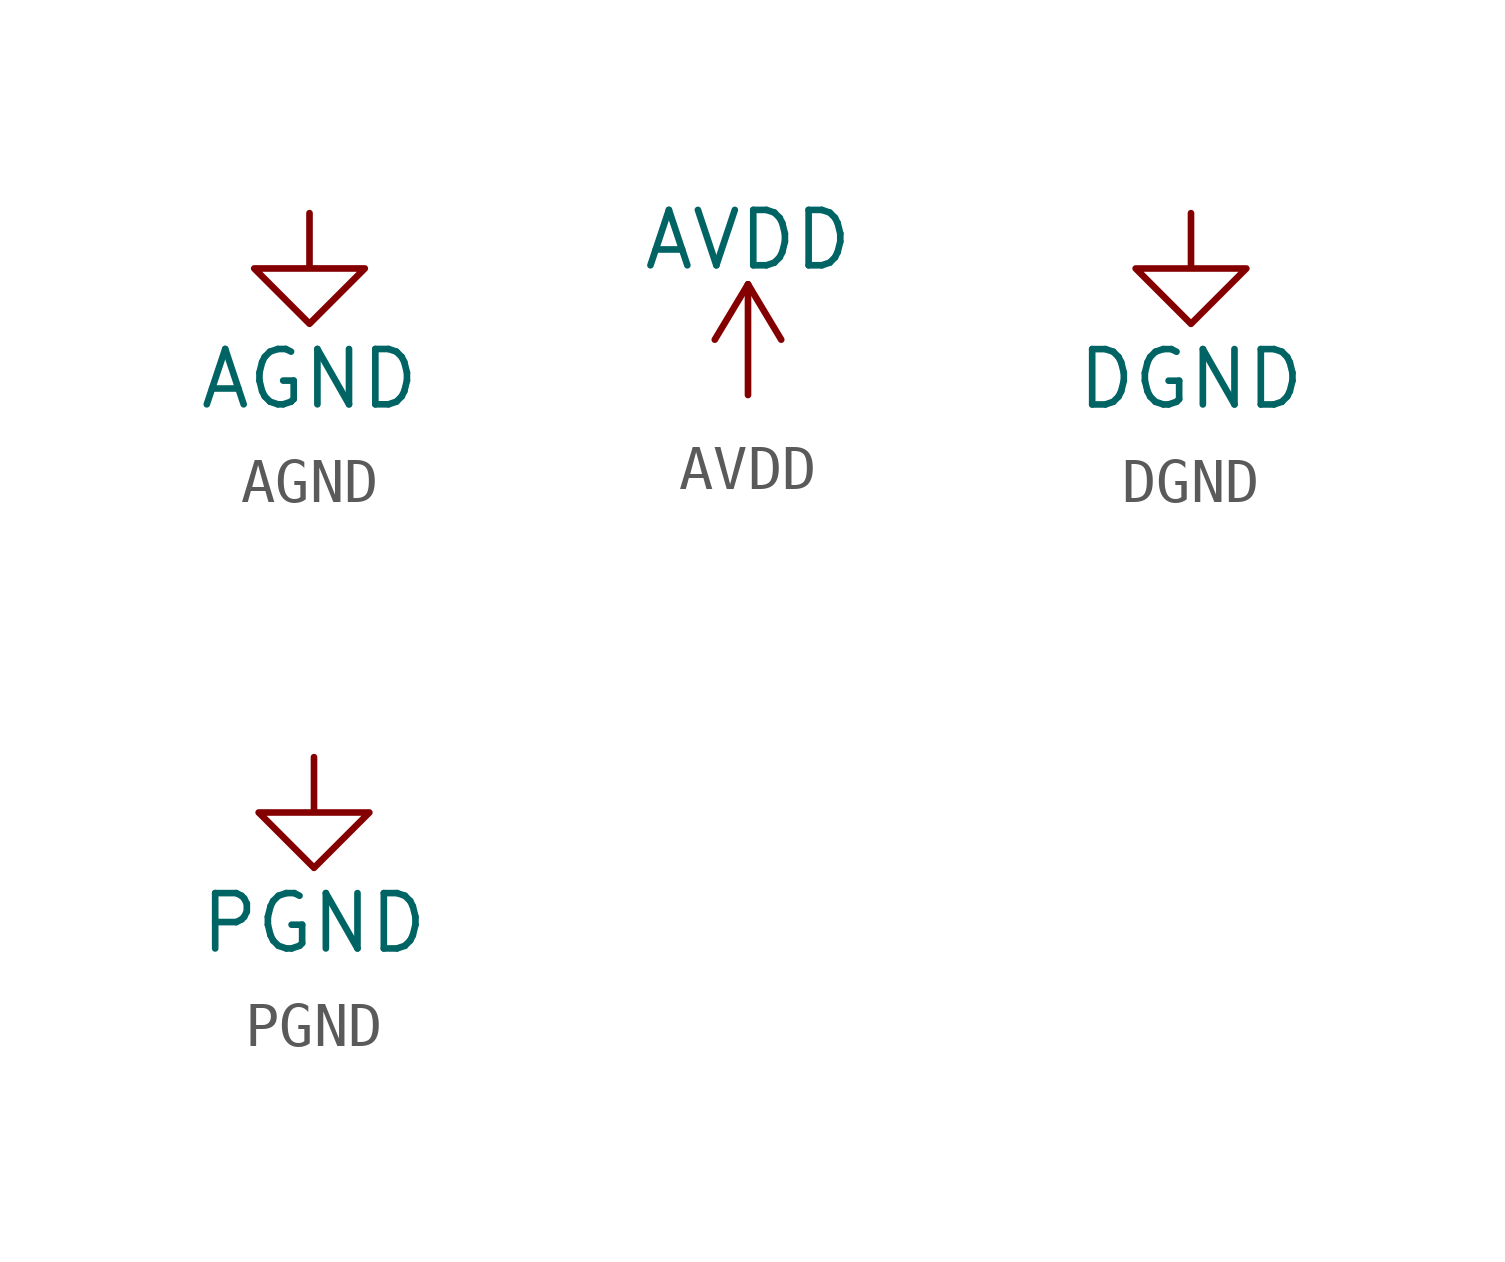
<source format=kicad_sym>
(kicad_symbol_lib
  (version 20211014)
  (generator kicad_symbol_editor)
  (symbol "AGND"
    (power)
    (pin_names
      (offset 0))
    (property "Reference" "#PWR"
      (at 0 -6.35 0)
      (effects (font (size 1.27 1.27)) hide))
    (property "Value" "AGND"
      (at 0 -3.81 0)
      (effects (font (size 1.27 1.27))))
    (symbol "AGND_0_1"
      (polyline (pts (xy 0 0) (xy 0 -1.27) (xy 1.27 -1.27) (xy 0 -2.54) (xy -1.27 -1.27) (xy 0 -1.27)) (stroke (width 0) (type default) (color 0 0 0 0)) (fill (type none))))
    (symbol "AGND_1_1"
      (pin power_in line (at 0 0 270) (length 0) hide (name "AGND" (effects (font (size 1.27 1.27)))) (number "1" (effects (font (size 1.27 1.27)))))))
  (symbol "AVDD"
    (power)
    (pin_names
      (offset 0))
    (property "Reference" "#PWR"
      (at 0 -3.81 0)
      (effects (font (size 1.27 1.27)) hide))
    (property "Value" "AVDD"
      (at 0 3.556 0)
      (effects (font (size 1.27 1.27))))
    (symbol "AVDD_0_1"
      (polyline (pts (xy -0.762 1.27) (xy 0 2.54)) (stroke (width 0) (type default) (color 0 0 0 0)) (fill (type none)))
      (polyline (pts (xy 0 0) (xy 0 2.54)) (stroke (width 0) (type default) (color 0 0 0 0)) (fill (type none)))
      (polyline (pts (xy 0 2.54) (xy 0.762 1.27)) (stroke (width 0) (type default) (color 0 0 0 0)) (fill (type none))))
    (symbol "AVDD_1_1"
      (pin power_in line (at 0 0 90) (length 0) hide (name "AVDD" (effects (font (size 1.27 1.27)))) (number "1" (effects (font (size 1.27 1.27)))))))
  (symbol "DGND"
    (power)
    (pin_names
      (offset 0))
    (property "Reference" "#PWR"
      (at 0 -6.35 0)
      (effects (font (size 1.27 1.27)) hide))
    (property "Value" "DGND"
      (at 0 -3.81 0)
      (effects (font (size 1.27 1.27))))
    (symbol "DGND_0_1"
      (polyline (pts (xy 0 0) (xy 0 -1.27) (xy 1.27 -1.27) (xy 0 -2.54) (xy -1.27 -1.27) (xy 0 -1.27)) (stroke (width 0) (type default) (color 0 0 0 0)) (fill (type none))))
    (symbol "DGND_1_1"
      (pin power_in line (at 0 0 270) (length 0) hide (name "DGND" (effects (font (size 1.27 1.27)))) (number "1" (effects (font (size 1.27 1.27)))))))
  (symbol "PGND"
    (power)
    (pin_names
      (offset 0))
    (property "Reference" "#PWR"
      (at 0 -6.35 0)
      (effects (font (size 1.27 1.27)) hide))
    (property "Value" "PGND"
      (at 0 -3.81 0)
      (effects (font (size 1.27 1.27))))
    (symbol "PGND_0_1"
      (polyline (pts (xy 0 0) (xy 0 -1.27) (xy 1.27 -1.27) (xy 0 -2.54) (xy -1.27 -1.27) (xy 0 -1.27)) (stroke (width 0) (type default) (color 0 0 0 0)) (fill (type none))))
    (symbol "PGND_1_1"
      (pin power_in line (at 0 0 270) (length 0) hide (name "PGND" (effects (font (size 1.27 1.27)))) (number "1" (effects (font (size 1.27 1.27))))))))
</source>
